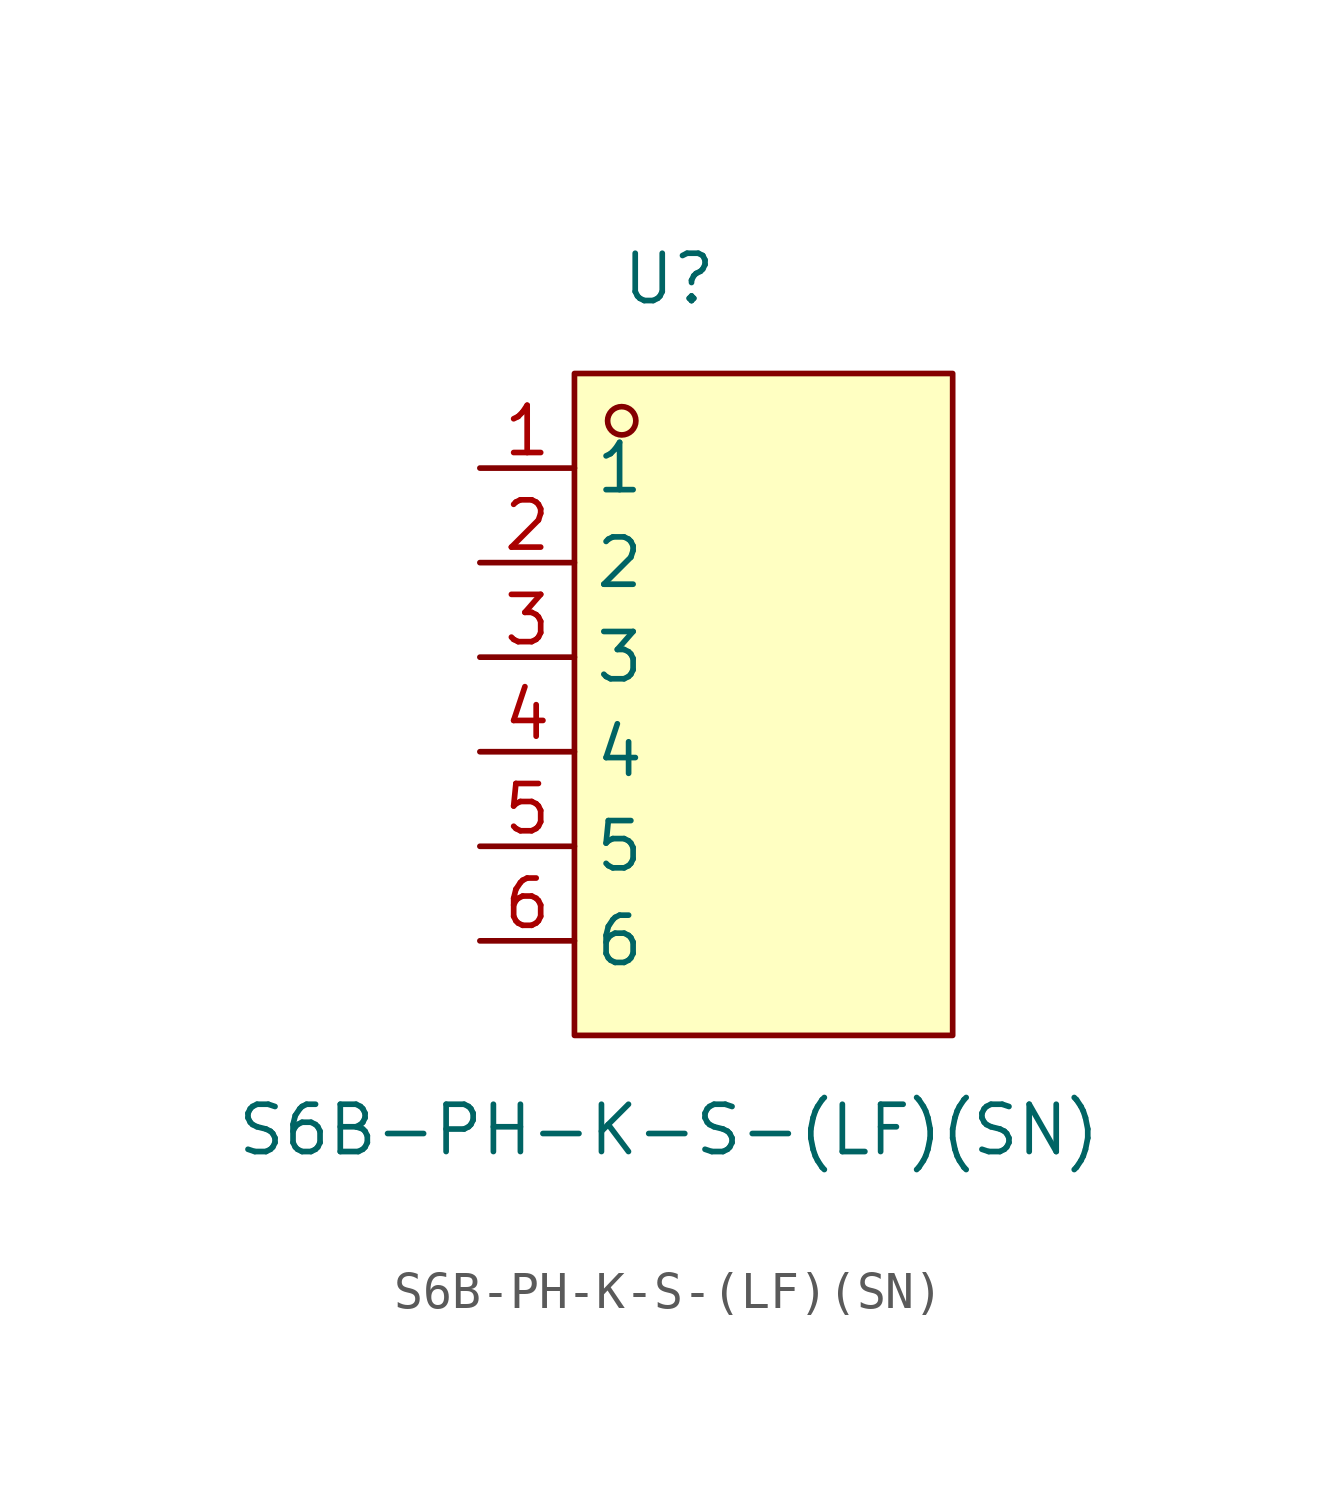
<source format=kicad_sym>
(kicad_symbol_lib
  (version 20220914)
  (generator kicad_symbol_editor)
  (symbol "S6B-PH-K-S-(LF)(SN)"
    (property "Reference" "U"
      (at 0 12.7 0)
      (effects (font (size 1.27 1.27))))
    (property "Value" "S6B-PH-K-S-(LF)(SN)"
      (at 0 -10.16 0)
      (effects (font (size 1.27 1.27))))
    (symbol "S6B-PH-K-S-(LF)(SN)_0_1"
      (rectangle (start -2.54 10.16) (end 7.62 -7.62) (stroke (width 0) (type default)) (fill (type background)))
      (circle (center -1.27 8.89) (radius 0.38) (stroke (width 0) (type default)) (fill (type none))))
    (symbol "S6B-PH-K-S-(LF)(SN)_1_1"
      (pin passive line (at -5.08 7.62 0) (length 2.54) (name "1" (effects (font (size 1.27 1.27)))) (number "1" (effects (font (size 1.27 1.27)))))
      (pin passive line (at -5.08 5.08 0) (length 2.54) (name "2" (effects (font (size 1.27 1.27)))) (number "2" (effects (font (size 1.27 1.27)))))
      (pin passive line (at -5.08 2.54 0) (length 2.54) (name "3" (effects (font (size 1.27 1.27)))) (number "3" (effects (font (size 1.27 1.27)))))
      (pin passive line (at -5.08 0 0) (length 2.54) (name "4" (effects (font (size 1.27 1.27)))) (number "4" (effects (font (size 1.27 1.27)))))
      (pin passive line (at -5.08 -2.54 0) (length 2.54) (name "5" (effects (font (size 1.27 1.27)))) (number "5" (effects (font (size 1.27 1.27)))))
      (pin passive line (at -5.08 -5.08 0) (length 2.54) (name "6" (effects (font (size 1.27 1.27)))) (number "6" (effects (font (size 1.27 1.27))))))))
</source>
